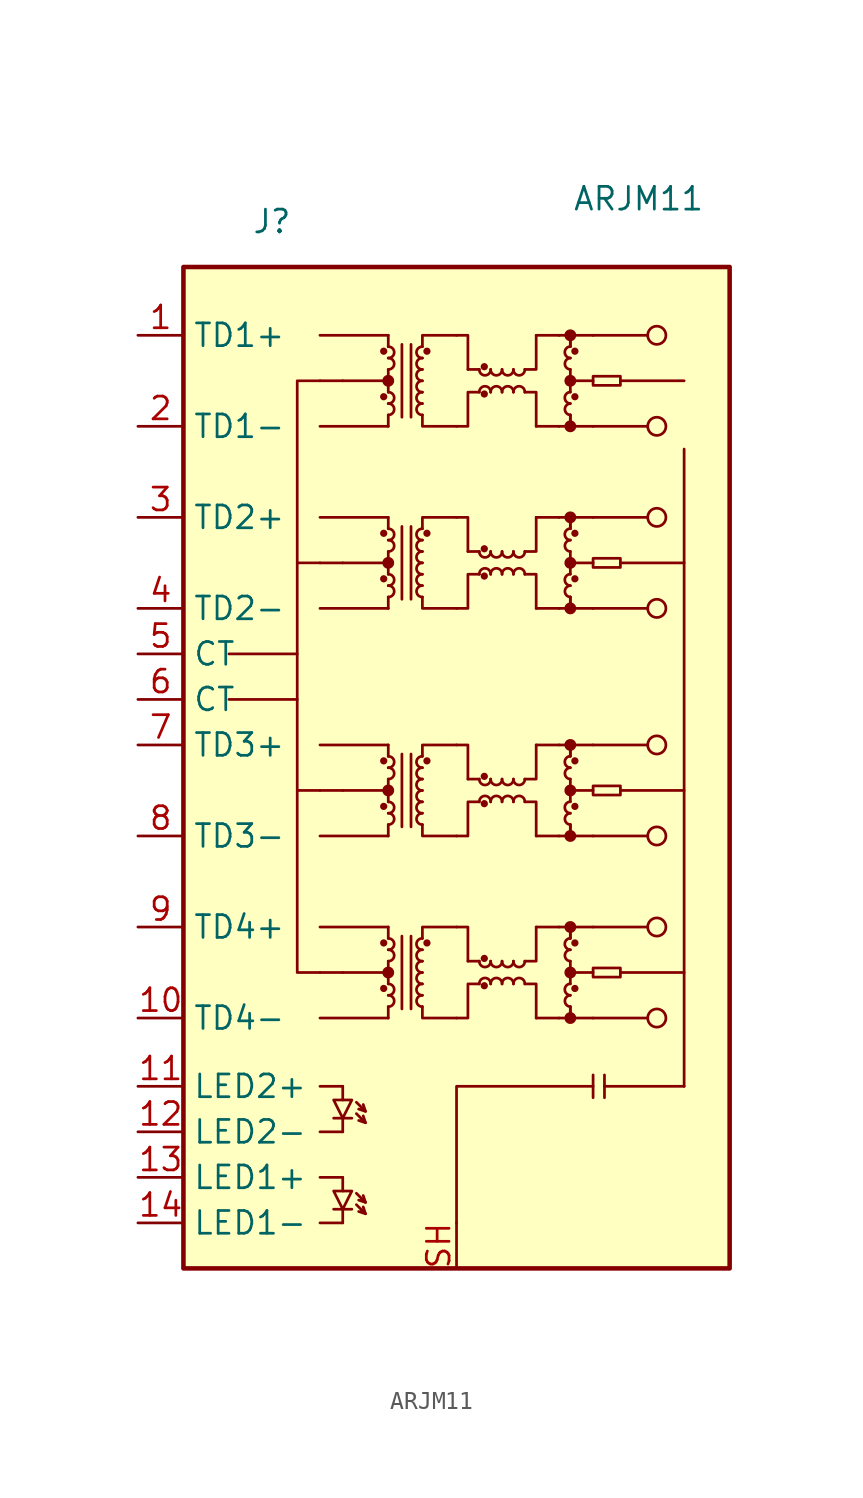
<source format=kicad_sym>
(kicad_symbol_lib
  (version 20201005)
  (generator kicad_symbol_editor)
  (symbol "Connector:ARJM11"
    (property "Reference" "J"
      (at -11.43 27.94 0)
      (effects (font (size 1.27 1.27)) (justify left)))
    (property "Value" "ARJM11"
      (at 10.16 29.21 0)
      (effects (font (size 1.27 1.27))))
    (symbol "ARJM11_0_1"
      (arc (start -3.81 -15.875) (end -3.81 -15.24) (radius (at -3.81 -15.5702) (length 0.3048) (angles -89.9 89.9)) (stroke (width 0)) (fill (type none)))
      (arc (start -3.81 -15.24) (end -3.81 -14.605) (radius (at -3.81 -14.9352) (length 0.3048) (angles -89.9 89.9)) (stroke (width 0)) (fill (type none)))
      (arc (start -3.81 -13.335) (end -3.81 -12.7) (radius (at -3.81 -13.0302) (length 0.3048) (angles -89.9 89.9)) (stroke (width 0)) (fill (type none)))
      (arc (start -3.81 -12.7) (end -3.81 -12.065) (radius (at -3.81 -12.3952) (length 0.3048) (angles -89.9 89.9)) (stroke (width 0)) (fill (type none)))
      (arc (start -3.81 -5.715) (end -3.81 -5.08) (radius (at -3.81 -5.4102) (length 0.3048) (angles -89.9 89.9)) (stroke (width 0)) (fill (type none)))
      (arc (start -3.81 -5.08) (end -3.81 -4.445) (radius (at -3.81 -4.7752) (length 0.3048) (angles -89.9 89.9)) (stroke (width 0)) (fill (type none)))
      (arc (start -3.81 -3.175) (end -3.81 -2.54) (radius (at -3.81 -2.8702) (length 0.3048) (angles -89.9 89.9)) (stroke (width 0)) (fill (type none)))
      (arc (start -3.81 -2.54) (end -3.81 -1.905) (radius (at -3.81 -2.2352) (length 0.3048) (angles -89.9 89.9)) (stroke (width 0)) (fill (type none)))
      (arc (start -3.81 6.985) (end -3.81 7.62) (radius (at -3.81 7.2898) (length 0.3048) (angles -89.9 89.9)) (stroke (width 0)) (fill (type none)))
      (arc (start -3.81 7.62) (end -3.81 8.255) (radius (at -3.81 7.9248) (length 0.3048) (angles -89.9 89.9)) (stroke (width 0)) (fill (type none)))
      (arc (start -3.81 9.525) (end -3.81 10.16) (radius (at -3.81 9.8298) (length 0.3048) (angles -89.9 89.9)) (stroke (width 0)) (fill (type none)))
      (arc (start -3.81 10.16) (end -3.81 10.795) (radius (at -3.81 10.4648) (length 0.3048) (angles -89.9 89.9)) (stroke (width 0)) (fill (type none)))
      (arc (start -3.81 17.145) (end -3.81 17.78) (radius (at -3.81 17.4498) (length 0.3048) (angles -89.9 89.9)) (stroke (width 0)) (fill (type none)))
      (arc (start -3.81 17.78) (end -3.81 18.415) (radius (at -3.81 18.0848) (length 0.3048) (angles -89.9 89.9)) (stroke (width 0)) (fill (type none)))
      (arc (start -3.81 19.685) (end -3.81 20.32) (radius (at -3.81 19.9898) (length 0.3048) (angles -89.9 89.9)) (stroke (width 0)) (fill (type none)))
      (arc (start -3.81 20.32) (end -3.81 20.955) (radius (at -3.81 20.6248) (length 0.3048) (angles -89.9 89.9)) (stroke (width 0)) (fill (type none)))
      (arc (start -1.905 -15.24) (end -1.905 -15.875) (radius (at -1.905 -15.5448) (length 0.3048) (angles 90.1 -90.1)) (stroke (width 0)) (fill (type none)))
      (arc (start -1.905 -14.605) (end -1.905 -15.24) (radius (at -1.905 -14.9098) (length 0.3048) (angles 90.1 -90.1)) (stroke (width 0)) (fill (type none)))
      (arc (start -1.905 -13.97) (end -1.905 -14.605) (radius (at -1.905 -14.2748) (length 0.3048) (angles 90.1 -90.1)) (stroke (width 0)) (fill (type none)))
      (arc (start -1.905 -13.335) (end -1.905 -13.97) (radius (at -1.905 -13.6398) (length 0.3048) (angles 90.1 -90.1)) (stroke (width 0)) (fill (type none)))
      (arc (start -1.905 -12.7) (end -1.905 -13.335) (radius (at -1.905 -13.0048) (length 0.3048) (angles 90.1 -90.1)) (stroke (width 0)) (fill (type none)))
      (arc (start -1.905 -12.065) (end -1.905 -12.7) (radius (at -1.905 -12.3698) (length 0.3048) (angles 90.1 -90.1)) (stroke (width 0)) (fill (type none)))
      (arc (start -1.905 -5.08) (end -1.905 -5.715) (radius (at -1.905 -5.3848) (length 0.3048) (angles 90.1 -90.1)) (stroke (width 0)) (fill (type none)))
      (arc (start -1.905 -4.445) (end -1.905 -5.08) (radius (at -1.905 -4.7498) (length 0.3048) (angles 90.1 -90.1)) (stroke (width 0)) (fill (type none)))
      (arc (start -1.905 -3.81) (end -1.905 -4.445) (radius (at -1.905 -4.1148) (length 0.3048) (angles 90.1 -90.1)) (stroke (width 0)) (fill (type none)))
      (arc (start -1.905 -3.175) (end -1.905 -3.81) (radius (at -1.905 -3.4798) (length 0.3048) (angles 90.1 -90.1)) (stroke (width 0)) (fill (type none)))
      (arc (start -1.905 -2.54) (end -1.905 -3.175) (radius (at -1.905 -2.8448) (length 0.3048) (angles 90.1 -90.1)) (stroke (width 0)) (fill (type none)))
      (arc (start -1.905 -1.905) (end -1.905 -2.54) (radius (at -1.905 -2.2098) (length 0.3048) (angles 90.1 -90.1)) (stroke (width 0)) (fill (type none)))
      (arc (start -1.905 7.62) (end -1.905 6.985) (radius (at -1.905 7.3152) (length 0.3048) (angles 90.1 -90.1)) (stroke (width 0)) (fill (type none)))
      (arc (start -1.905 8.255) (end -1.905 7.62) (radius (at -1.905 7.9502) (length 0.3048) (angles 90.1 -90.1)) (stroke (width 0)) (fill (type none)))
      (arc (start -1.905 8.89) (end -1.905 8.255) (radius (at -1.905 8.5852) (length 0.3048) (angles 90.1 -90.1)) (stroke (width 0)) (fill (type none)))
      (arc (start -1.905 9.525) (end -1.905 8.89) (radius (at -1.905 9.2202) (length 0.3048) (angles 90.1 -90.1)) (stroke (width 0)) (fill (type none)))
      (arc (start -1.905 10.16) (end -1.905 9.525) (radius (at -1.905 9.8552) (length 0.3048) (angles 90.1 -90.1)) (stroke (width 0)) (fill (type none)))
      (arc (start -1.905 10.795) (end -1.905 10.16) (radius (at -1.905 10.4902) (length 0.3048) (angles 90.1 -90.1)) (stroke (width 0)) (fill (type none)))
      (arc (start -1.905 17.78) (end -1.905 17.145) (radius (at -1.905 17.4752) (length 0.3048) (angles 90.1 -90.1)) (stroke (width 0)) (fill (type none)))
      (arc (start -1.905 18.415) (end -1.905 17.78) (radius (at -1.905 18.1102) (length 0.3048) (angles 90.1 -90.1)) (stroke (width 0)) (fill (type none)))
      (arc (start -1.905 19.05) (end -1.905 18.415) (radius (at -1.905 18.7452) (length 0.3048) (angles 90.1 -90.1)) (stroke (width 0)) (fill (type none)))
      (arc (start -1.905 19.685) (end -1.905 19.05) (radius (at -1.905 19.3802) (length 0.3048) (angles 90.1 -90.1)) (stroke (width 0)) (fill (type none)))
      (arc (start -1.905 20.32) (end -1.905 19.685) (radius (at -1.905 20.0152) (length 0.3048) (angles 90.1 -90.1)) (stroke (width 0)) (fill (type none)))
      (arc (start -1.905 20.955) (end -1.905 20.32) (radius (at -1.905 20.6502) (length 0.3048) (angles 90.1 -90.1)) (stroke (width 0)) (fill (type none)))
      (arc (start 1.27 -13.335) (end 1.905 -13.335) (radius (at 1.5748 -13.335) (length 0.3048) (angles -179.9 -0.1)) (stroke (width 0)) (fill (type none)))
      (arc (start 1.27 -3.175) (end 1.905 -3.175) (radius (at 1.5748 -3.175) (length 0.3048) (angles -179.9 -0.1)) (stroke (width 0)) (fill (type none)))
      (arc (start 1.27 9.525) (end 1.905 9.525) (radius (at 1.5748 9.525) (length 0.3048) (angles -179.9 -0.1)) (stroke (width 0)) (fill (type none)))
      (arc (start 1.27 19.685) (end 1.905 19.685) (radius (at 1.5748 19.685) (length 0.3048) (angles -179.9 -0.1)) (stroke (width 0)) (fill (type none)))
      (arc (start 1.905 -14.605) (end 1.27 -14.605) (radius (at 1.6002 -14.605) (length 0.3048) (angles 0.1 179.9)) (stroke (width 0)) (fill (type none)))
      (arc (start 1.905 -4.445) (end 1.27 -4.445) (radius (at 1.6002 -4.445) (length 0.3048) (angles 0.1 179.9)) (stroke (width 0)) (fill (type none)))
      (arc (start 1.905 8.255) (end 1.27 8.255) (radius (at 1.6002 8.255) (length 0.3048) (angles 0.1 179.9)) (stroke (width 0)) (fill (type none)))
      (arc (start 1.905 18.415) (end 1.27 18.415) (radius (at 1.6002 18.415) (length 0.3048) (angles 0.1 179.9)) (stroke (width 0)) (fill (type none)))
      (arc (start 1.905 -13.335) (end 2.54 -13.335) (radius (at 2.2098 -13.335) (length 0.3048) (angles -179.9 -0.1)) (stroke (width 0)) (fill (type none)))
      (arc (start 1.905 -3.175) (end 2.54 -3.175) (radius (at 2.2098 -3.175) (length 0.3048) (angles -179.9 -0.1)) (stroke (width 0)) (fill (type none)))
      (arc (start 1.905 9.525) (end 2.54 9.525) (radius (at 2.2098 9.525) (length 0.3048) (angles -179.9 -0.1)) (stroke (width 0)) (fill (type none)))
      (arc (start 1.905 19.685) (end 2.54 19.685) (radius (at 2.2098 19.685) (length 0.3048) (angles -179.9 -0.1)) (stroke (width 0)) (fill (type none)))
      (arc (start 2.54 -14.605) (end 1.905 -14.605) (radius (at 2.2352 -14.605) (length 0.3048) (angles 0.1 179.9)) (stroke (width 0)) (fill (type none)))
      (arc (start 2.54 -4.445) (end 1.905 -4.445) (radius (at 2.2352 -4.445) (length 0.3048) (angles 0.1 179.9)) (stroke (width 0)) (fill (type none)))
      (arc (start 2.54 8.255) (end 1.905 8.255) (radius (at 2.2352 8.255) (length 0.3048) (angles 0.1 179.9)) (stroke (width 0)) (fill (type none)))
      (arc (start 2.54 18.415) (end 1.905 18.415) (radius (at 2.2352 18.415) (length 0.3048) (angles 0.1 179.9)) (stroke (width 0)) (fill (type none)))
      (arc (start 2.54 -13.335) (end 3.175 -13.335) (radius (at 2.8448 -13.335) (length 0.3048) (angles -179.9 -0.1)) (stroke (width 0)) (fill (type none)))
      (arc (start 2.54 -3.175) (end 3.175 -3.175) (radius (at 2.8448 -3.175) (length 0.3048) (angles -179.9 -0.1)) (stroke (width 0)) (fill (type none)))
      (arc (start 2.54 9.525) (end 3.175 9.525) (radius (at 2.8448 9.525) (length 0.3048) (angles -179.9 -0.1)) (stroke (width 0)) (fill (type none)))
      (arc (start 2.54 19.685) (end 3.175 19.685) (radius (at 2.8448 19.685) (length 0.3048) (angles -179.9 -0.1)) (stroke (width 0)) (fill (type none)))
      (arc (start 3.175 -14.605) (end 2.54 -14.605) (radius (at 2.8702 -14.605) (length 0.3048) (angles 0.1 179.9)) (stroke (width 0)) (fill (type none)))
      (arc (start 3.175 -4.445) (end 2.54 -4.445) (radius (at 2.8702 -4.445) (length 0.3048) (angles 0.1 179.9)) (stroke (width 0)) (fill (type none)))
      (arc (start 3.175 8.255) (end 2.54 8.255) (radius (at 2.8702 8.255) (length 0.3048) (angles 0.1 179.9)) (stroke (width 0)) (fill (type none)))
      (arc (start 3.175 18.415) (end 2.54 18.415) (radius (at 2.8702 18.415) (length 0.3048) (angles 0.1 179.9)) (stroke (width 0)) (fill (type none)))
      (arc (start 3.175 -13.335) (end 3.81 -13.335) (radius (at 3.4798 -13.335) (length 0.3048) (angles -179.9 -0.1)) (stroke (width 0)) (fill (type none)))
      (arc (start 3.175 -3.175) (end 3.81 -3.175) (radius (at 3.4798 -3.175) (length 0.3048) (angles -179.9 -0.1)) (stroke (width 0)) (fill (type none)))
      (arc (start 3.175 9.525) (end 3.81 9.525) (radius (at 3.4798 9.525) (length 0.3048) (angles -179.9 -0.1)) (stroke (width 0)) (fill (type none)))
      (arc (start 3.175 19.685) (end 3.81 19.685) (radius (at 3.4798 19.685) (length 0.3048) (angles -179.9 -0.1)) (stroke (width 0)) (fill (type none)))
      (arc (start 3.81 -14.605) (end 3.175 -14.605) (radius (at 3.5052 -14.605) (length 0.3048) (angles 0.1 179.9)) (stroke (width 0)) (fill (type none)))
      (arc (start 3.81 -4.445) (end 3.175 -4.445) (radius (at 3.5052 -4.445) (length 0.3048) (angles 0.1 179.9)) (stroke (width 0)) (fill (type none)))
      (arc (start 3.81 8.255) (end 3.175 8.255) (radius (at 3.5052 8.255) (length 0.3048) (angles 0.1 179.9)) (stroke (width 0)) (fill (type none)))
      (arc (start 3.81 18.415) (end 3.175 18.415) (radius (at 3.5052 18.415) (length 0.3048) (angles 0.1 179.9)) (stroke (width 0)) (fill (type none)))
      (arc (start 6.35 -15.24) (end 6.35 -15.875) (radius (at 6.35 -15.5702) (length 0.3048) (angles 90.1 -90.1)) (stroke (width 0)) (fill (type none)))
      (arc (start 6.35 -14.605) (end 6.35 -15.24) (radius (at 6.35 -14.9352) (length 0.3048) (angles 90.1 -90.1)) (stroke (width 0)) (fill (type none)))
      (arc (start 6.35 -12.7) (end 6.35 -13.335) (radius (at 6.35 -13.0302) (length 0.3048) (angles 90.1 -90.1)) (stroke (width 0)) (fill (type none)))
      (arc (start 6.35 -12.065) (end 6.35 -12.7) (radius (at 6.35 -12.3952) (length 0.3048) (angles 90.1 -90.1)) (stroke (width 0)) (fill (type none)))
      (arc (start 6.35 -5.08) (end 6.35 -5.715) (radius (at 6.35 -5.4102) (length 0.3048) (angles 90.1 -90.1)) (stroke (width 0)) (fill (type none)))
      (arc (start 6.35 -4.445) (end 6.35 -5.08) (radius (at 6.35 -4.7752) (length 0.3048) (angles 90.1 -90.1)) (stroke (width 0)) (fill (type none)))
      (arc (start 6.35 -2.54) (end 6.35 -3.175) (radius (at 6.35 -2.8702) (length 0.3048) (angles 90.1 -90.1)) (stroke (width 0)) (fill (type none)))
      (arc (start 6.35 -1.905) (end 6.35 -2.54) (radius (at 6.35 -2.2352) (length 0.3048) (angles 90.1 -90.1)) (stroke (width 0)) (fill (type none)))
      (arc (start 6.35 7.62) (end 6.35 6.985) (radius (at 6.35 7.2898) (length 0.3048) (angles 90.1 -90.1)) (stroke (width 0)) (fill (type none)))
      (arc (start 6.35 8.255) (end 6.35 7.62) (radius (at 6.35 7.9248) (length 0.3048) (angles 90.1 -90.1)) (stroke (width 0)) (fill (type none)))
      (arc (start 6.35 10.16) (end 6.35 9.525) (radius (at 6.35 9.8298) (length 0.3048) (angles 90.1 -90.1)) (stroke (width 0)) (fill (type none)))
      (arc (start 6.35 10.795) (end 6.35 10.16) (radius (at 6.35 10.4648) (length 0.3048) (angles 90.1 -90.1)) (stroke (width 0)) (fill (type none)))
      (arc (start 6.35 17.78) (end 6.35 17.145) (radius (at 6.35 17.4498) (length 0.3048) (angles 90.1 -90.1)) (stroke (width 0)) (fill (type none)))
      (arc (start 6.35 18.415) (end 6.35 17.78) (radius (at 6.35 18.0848) (length 0.3048) (angles 90.1 -90.1)) (stroke (width 0)) (fill (type none)))
      (arc (start 6.35 20.32) (end 6.35 19.685) (radius (at 6.35 19.9898) (length 0.3048) (angles 90.1 -90.1)) (stroke (width 0)) (fill (type none)))
      (arc (start 6.35 20.955) (end 6.35 20.32) (radius (at 6.35 20.6248) (length 0.3048) (angles 90.1 -90.1)) (stroke (width 0)) (fill (type none)))
      (circle (center 11.176 -16.51) (radius 0.508) (stroke (width 0)) (fill (type none)))
      (circle (center 11.176 -11.43) (radius 0.508) (stroke (width 0)) (fill (type none)))
      (circle (center 11.176 -6.35) (radius 0.508) (stroke (width 0)) (fill (type none)))
      (circle (center 11.176 -1.27) (radius 0.508) (stroke (width 0)) (fill (type none)))
      (circle (center 11.176 6.35) (radius 0.508) (stroke (width 0)) (fill (type none)))
      (circle (center 11.176 11.43) (radius 0.508) (stroke (width 0)) (fill (type none)))
      (circle (center 11.176 16.51) (radius 0.508) (stroke (width 0)) (fill (type none)))
      (circle (center 11.176 21.59) (radius 0.508) (stroke (width 0)) (fill (type none)))
      (circle (center -4.064 -14.859) (radius 0.127) (stroke (width 0)) (fill (type outline)))
      (circle (center -4.064 -12.319) (radius 0.127) (stroke (width 0)) (fill (type outline)))
      (circle (center -4.064 -4.699) (radius 0.127) (stroke (width 0)) (fill (type outline)))
      (circle (center -4.064 -2.159) (radius 0.127) (stroke (width 0)) (fill (type outline)))
      (circle (center -4.064 8.001) (radius 0.127) (stroke (width 0)) (fill (type outline)))
      (circle (center -4.064 10.541) (radius 0.127) (stroke (width 0)) (fill (type outline)))
      (circle (center -4.064 18.161) (radius 0.127) (stroke (width 0)) (fill (type outline)))
      (circle (center -4.064 20.701) (radius 0.127) (stroke (width 0)) (fill (type outline)))
      (circle (center -3.81 -13.97) (radius 0.254) (stroke (width 0)) (fill (type outline)))
      (circle (center -3.81 -3.81) (radius 0.254) (stroke (width 0)) (fill (type outline)))
      (circle (center -3.81 8.89) (radius 0.254) (stroke (width 0)) (fill (type outline)))
      (circle (center -3.81 19.05) (radius 0.254) (stroke (width 0)) (fill (type outline)))
      (circle (center -1.651 -12.319) (radius 0.127) (stroke (width 0)) (fill (type outline)))
      (circle (center -1.651 -2.159) (radius 0.127) (stroke (width 0)) (fill (type outline)))
      (circle (center -1.651 10.541) (radius 0.127) (stroke (width 0)) (fill (type outline)))
      (circle (center -1.651 20.701) (radius 0.127) (stroke (width 0)) (fill (type outline)))
      (circle (center 1.549 -14.707) (radius 0.127) (stroke (width 0)) (fill (type outline)))
      (circle (center 1.549 -13.183) (radius 0.127) (stroke (width 0)) (fill (type outline)))
      (circle (center 1.549 -4.547) (radius 0.127) (stroke (width 0)) (fill (type outline)))
      (circle (center 1.549 -3.023) (radius 0.127) (stroke (width 0)) (fill (type outline)))
      (circle (center 1.549 8.153) (radius 0.127) (stroke (width 0)) (fill (type outline)))
      (circle (center 1.549 9.677) (radius 0.127) (stroke (width 0)) (fill (type outline)))
      (circle (center 1.549 18.313) (radius 0.127) (stroke (width 0)) (fill (type outline)))
      (circle (center 1.549 19.837) (radius 0.127) (stroke (width 0)) (fill (type outline)))
      (circle (center 6.35 -16.51) (radius 0.254) (stroke (width 0)) (fill (type outline)))
      (circle (center 6.35 -13.97) (radius 0.254) (stroke (width 0)) (fill (type outline)))
      (circle (center 6.35 -11.43) (radius 0.254) (stroke (width 0)) (fill (type outline)))
      (circle (center 6.35 -6.35) (radius 0.254) (stroke (width 0)) (fill (type outline)))
      (circle (center 6.35 -3.81) (radius 0.254) (stroke (width 0)) (fill (type outline)))
      (circle (center 6.35 -1.27) (radius 0.254) (stroke (width 0)) (fill (type outline)))
      (circle (center 6.35 6.35) (radius 0.254) (stroke (width 0)) (fill (type outline)))
      (circle (center 6.35 8.89) (radius 0.254) (stroke (width 0)) (fill (type outline)))
      (circle (center 6.35 11.43) (radius 0.254) (stroke (width 0)) (fill (type outline)))
      (circle (center 6.35 16.51) (radius 0.254) (stroke (width 0)) (fill (type outline)))
      (circle (center 6.35 19.05) (radius 0.254) (stroke (width 0)) (fill (type outline)))
      (circle (center 6.35 21.59) (radius 0.254) (stroke (width 0)) (fill (type outline)))
      (circle (center 6.604 -14.859) (radius 0.127) (stroke (width 0)) (fill (type outline)))
      (circle (center 6.604 -12.319) (radius 0.127) (stroke (width 0)) (fill (type outline)))
      (circle (center 6.604 -4.699) (radius 0.127) (stroke (width 0)) (fill (type outline)))
      (circle (center 6.604 -2.159) (radius 0.127) (stroke (width 0)) (fill (type outline)))
      (circle (center 6.604 8.001) (radius 0.127) (stroke (width 0)) (fill (type outline)))
      (circle (center 6.604 10.541) (radius 0.127) (stroke (width 0)) (fill (type outline)))
      (circle (center 6.604 18.161) (radius 0.127) (stroke (width 0)) (fill (type outline)))
      (circle (center 6.604 20.701) (radius 0.127) (stroke (width 0)) (fill (type outline)))
      (rectangle (start 7.62 -13.716) (end 9.144 -14.224) (stroke (width 0)) (fill (type none)))
      (rectangle (start 7.62 -3.556) (end 9.144 -4.064) (stroke (width 0)) (fill (type none)))
      (rectangle (start 7.62 9.144) (end 9.144 8.636) (stroke (width 0)) (fill (type none)))
      (rectangle (start 7.62 19.304) (end 9.144 18.796) (stroke (width 0)) (fill (type none)))
      (rectangle (start -15.24 25.4) (end 15.24 -30.48) (stroke (width 0.254)) (fill (type background)))
      (polyline (pts (xy -8.89 1.27) (xy -12.7 1.27)) (stroke (width 0.152)) (fill (type none)))
      (polyline (pts (xy -8.89 3.81) (xy -12.7 3.81)) (stroke (width 0.152)) (fill (type none)))
      (polyline (pts (xy -7.62 -16.51) (xy -3.81 -16.51)) (stroke (width 0)) (fill (type none)))
      (polyline (pts (xy -7.62 -13.97) (xy -6.35 -13.97)) (stroke (width 0)) (fill (type none)))
      (polyline (pts (xy -7.62 -11.43) (xy -3.81 -11.43)) (stroke (width 0)) (fill (type none)))
      (polyline (pts (xy -7.62 -6.35) (xy -3.81 -6.35)) (stroke (width 0)) (fill (type none)))
      (polyline (pts (xy -7.62 -3.81) (xy -6.35 -3.81)) (stroke (width 0)) (fill (type none)))
      (polyline (pts (xy -7.62 -1.27) (xy -3.81 -1.27)) (stroke (width 0)) (fill (type none)))
      (polyline (pts (xy -7.62 6.35) (xy -3.81 6.35)) (stroke (width 0)) (fill (type none)))
      (polyline (pts (xy -7.62 8.89) (xy -6.35 8.89)) (stroke (width 0)) (fill (type none)))
      (polyline (pts (xy -7.62 11.43) (xy -3.81 11.43)) (stroke (width 0)) (fill (type none)))
      (polyline (pts (xy -7.62 16.51) (xy -3.81 16.51)) (stroke (width 0)) (fill (type none)))
      (polyline (pts (xy -7.62 19.05) (xy -6.35 19.05)) (stroke (width 0)) (fill (type none)))
      (polyline (pts (xy -7.62 21.59) (xy -3.81 21.59)) (stroke (width 0)) (fill (type none)))
      (polyline (pts (xy -6.35 -13.97) (xy -3.81 -13.97)) (stroke (width 0)) (fill (type none)))
      (polyline (pts (xy -6.35 -3.81) (xy -3.81 -3.81)) (stroke (width 0)) (fill (type none)))
      (polyline (pts (xy -6.35 8.89) (xy -3.81 8.89)) (stroke (width 0)) (fill (type none)))
      (polyline (pts (xy -6.35 19.05) (xy -3.81 19.05)) (stroke (width 0)) (fill (type none)))
      (polyline (pts (xy -3.81 -16.51) (xy -3.81 -15.875)) (stroke (width 0)) (fill (type none)))
      (polyline (pts (xy -3.81 -13.97) (xy -3.81 -14.605)) (stroke (width 0)) (fill (type none)))
      (polyline (pts (xy -3.81 -13.97) (xy -3.81 -13.335)) (stroke (width 0)) (fill (type none)))
      (polyline (pts (xy -3.81 -11.43) (xy -3.81 -12.065)) (stroke (width 0)) (fill (type none)))
      (polyline (pts (xy -3.81 -6.35) (xy -3.81 -5.715)) (stroke (width 0)) (fill (type none)))
      (polyline (pts (xy -3.81 -3.81) (xy -3.81 -4.445)) (stroke (width 0)) (fill (type none)))
      (polyline (pts (xy -3.81 -3.81) (xy -3.81 -3.175)) (stroke (width 0)) (fill (type none)))
      (polyline (pts (xy -3.81 -1.27) (xy -3.81 -1.905)) (stroke (width 0)) (fill (type none)))
      (polyline (pts (xy -3.81 6.35) (xy -3.81 6.985)) (stroke (width 0)) (fill (type none)))
      (polyline (pts (xy -3.81 8.89) (xy -3.81 8.255)) (stroke (width 0)) (fill (type none)))
      (polyline (pts (xy -3.81 8.89) (xy -3.81 9.525)) (stroke (width 0)) (fill (type none)))
      (polyline (pts (xy -3.81 11.43) (xy -3.81 10.795)) (stroke (width 0)) (fill (type none)))
      (polyline (pts (xy -3.81 16.51) (xy -3.81 17.145)) (stroke (width 0)) (fill (type none)))
      (polyline (pts (xy -3.81 19.05) (xy -3.81 18.415)) (stroke (width 0)) (fill (type none)))
      (polyline (pts (xy -3.81 19.05) (xy -3.81 19.685)) (stroke (width 0)) (fill (type none)))
      (polyline (pts (xy -3.81 21.59) (xy -3.81 20.955)) (stroke (width 0)) (fill (type none)))
      (polyline (pts (xy -3.048 -16.002) (xy -3.048 -11.938)) (stroke (width 0)) (fill (type none)))
      (polyline (pts (xy -3.048 -5.842) (xy -3.048 -1.778)) (stroke (width 0)) (fill (type none)))
      (polyline (pts (xy -3.048 6.858) (xy -3.048 10.922)) (stroke (width 0)) (fill (type none)))
      (polyline (pts (xy -3.048 17.018) (xy -3.048 21.082)) (stroke (width 0)) (fill (type none)))
      (polyline (pts (xy -2.54 -16.002) (xy -2.54 -11.938)) (stroke (width 0)) (fill (type none)))
      (polyline (pts (xy -2.54 -5.842) (xy -2.54 -1.778)) (stroke (width 0)) (fill (type none)))
      (polyline (pts (xy -2.54 6.858) (xy -2.54 10.922)) (stroke (width 0)) (fill (type none)))
      (polyline (pts (xy -2.54 17.018) (xy -2.54 21.082)) (stroke (width 0)) (fill (type none)))
      (polyline (pts (xy 0.635 -13.335) (xy 1.27 -13.335)) (stroke (width 0)) (fill (type none)))
      (polyline (pts (xy 0.635 -3.175) (xy 1.27 -3.175)) (stroke (width 0)) (fill (type none)))
      (polyline (pts (xy 0.635 9.525) (xy 1.27 9.525)) (stroke (width 0)) (fill (type none)))
      (polyline (pts (xy 0.635 19.685) (xy 1.27 19.685)) (stroke (width 0)) (fill (type none)))
      (polyline (pts (xy 4.445 -16.51) (xy 5.715 -16.51)) (stroke (width 0)) (fill (type none)))
      (polyline (pts (xy 4.445 -11.43) (xy 5.715 -11.43)) (stroke (width 0)) (fill (type none)))
      (polyline (pts (xy 4.445 -6.35) (xy 5.715 -6.35)) (stroke (width 0)) (fill (type none)))
      (polyline (pts (xy 4.445 -1.27) (xy 5.715 -1.27)) (stroke (width 0)) (fill (type none)))
      (polyline (pts (xy 4.445 6.35) (xy 5.715 6.35)) (stroke (width 0)) (fill (type none)))
      (polyline (pts (xy 4.445 11.43) (xy 5.715 11.43)) (stroke (width 0)) (fill (type none)))
      (polyline (pts (xy 4.445 16.51) (xy 5.715 16.51)) (stroke (width 0)) (fill (type none)))
      (polyline (pts (xy 4.445 21.59) (xy 5.715 21.59)) (stroke (width 0)) (fill (type none)))
      (polyline (pts (xy 6.35 -16.51) (xy 6.35 -15.875)) (stroke (width 0)) (fill (type none)))
      (polyline (pts (xy 6.35 -13.97) (xy 6.35 -14.605)) (stroke (width 0)) (fill (type none)))
      (polyline (pts (xy 6.35 -13.97) (xy 6.35 -13.335)) (stroke (width 0)) (fill (type none)))
      (polyline (pts (xy 6.35 -11.43) (xy 6.35 -12.065)) (stroke (width 0)) (fill (type none)))
      (polyline (pts (xy 6.35 -6.35) (xy 6.35 -5.715)) (stroke (width 0)) (fill (type none)))
      (polyline (pts (xy 6.35 -3.81) (xy 6.35 -4.445)) (stroke (width 0)) (fill (type none)))
      (polyline (pts (xy 6.35 -3.81) (xy 6.35 -3.175)) (stroke (width 0)) (fill (type none)))
      (polyline (pts (xy 6.35 -1.27) (xy 6.35 -1.905)) (stroke (width 0)) (fill (type none)))
      (polyline (pts (xy 6.35 6.35) (xy 6.35 6.985)) (stroke (width 0)) (fill (type none)))
      (polyline (pts (xy 6.35 8.89) (xy 6.35 8.255)) (stroke (width 0)) (fill (type none)))
      (polyline (pts (xy 6.35 8.89) (xy 6.35 9.525)) (stroke (width 0)) (fill (type none)))
      (polyline (pts (xy 6.35 11.43) (xy 6.35 10.795)) (stroke (width 0)) (fill (type none)))
      (polyline (pts (xy 6.35 16.51) (xy 6.35 17.145)) (stroke (width 0)) (fill (type none)))
      (polyline (pts (xy 6.35 19.05) (xy 6.35 18.415)) (stroke (width 0)) (fill (type none)))
      (polyline (pts (xy 6.35 19.05) (xy 6.35 19.685)) (stroke (width 0)) (fill (type none)))
      (polyline (pts (xy 6.35 21.59) (xy 6.35 20.955)) (stroke (width 0)) (fill (type none)))
      (polyline (pts (xy 7.62 -20.955) (xy 7.62 -19.685)) (stroke (width 0)) (fill (type none)))
      (polyline (pts (xy 7.62 -16.51) (xy 6.35 -16.51)) (stroke (width 0)) (fill (type none)))
      (polyline (pts (xy 7.62 -16.51) (xy 10.668 -16.51)) (stroke (width 0)) (fill (type none)))
      (polyline (pts (xy 7.62 -13.97) (xy 6.35 -13.97)) (stroke (width 0)) (fill (type none)))
      (polyline (pts (xy 7.62 -11.43) (xy 6.35 -11.43)) (stroke (width 0)) (fill (type none)))
      (polyline (pts (xy 7.62 -11.43) (xy 10.668 -11.43)) (stroke (width 0)) (fill (type none)))
      (polyline (pts (xy 7.62 -6.35) (xy 6.35 -6.35)) (stroke (width 0)) (fill (type none)))
      (polyline (pts (xy 7.62 -6.35) (xy 10.668 -6.35)) (stroke (width 0)) (fill (type none)))
      (polyline (pts (xy 7.62 -3.81) (xy 6.35 -3.81)) (stroke (width 0)) (fill (type none)))
      (polyline (pts (xy 7.62 -1.27) (xy 6.35 -1.27)) (stroke (width 0)) (fill (type none)))
      (polyline (pts (xy 7.62 -1.27) (xy 10.668 -1.27)) (stroke (width 0)) (fill (type none)))
      (polyline (pts (xy 7.62 6.35) (xy 6.35 6.35)) (stroke (width 0)) (fill (type none)))
      (polyline (pts (xy 7.62 6.35) (xy 10.668 6.35)) (stroke (width 0)) (fill (type none)))
      (polyline (pts (xy 7.62 8.89) (xy 6.35 8.89)) (stroke (width 0)) (fill (type none)))
      (polyline (pts (xy 7.62 11.43) (xy 6.35 11.43)) (stroke (width 0)) (fill (type none)))
      (polyline (pts (xy 7.62 11.43) (xy 10.668 11.43)) (stroke (width 0)) (fill (type none)))
      (polyline (pts (xy 7.62 16.51) (xy 6.35 16.51)) (stroke (width 0)) (fill (type none)))
      (polyline (pts (xy 7.62 16.51) (xy 10.668 16.51)) (stroke (width 0)) (fill (type none)))
      (polyline (pts (xy 7.62 19.05) (xy 6.35 19.05)) (stroke (width 0)) (fill (type none)))
      (polyline (pts (xy 7.62 21.59) (xy 6.35 21.59)) (stroke (width 0)) (fill (type none)))
      (polyline (pts (xy 7.62 21.59) (xy 10.668 21.59)) (stroke (width 0)) (fill (type none)))
      (polyline (pts (xy 8.255 -20.32) (xy 8.255 -20.955)) (stroke (width 0)) (fill (type none)))
      (polyline (pts (xy 8.255 -20.32) (xy 8.255 -19.685)) (stroke (width 0)) (fill (type none)))
      (polyline (pts (xy 8.255 -20.32) (xy 12.7 -20.32)) (stroke (width 0)) (fill (type none)))
      (polyline (pts (xy 9.144 -13.97) (xy 12.7 -13.97)) (stroke (width 0)) (fill (type none)))
      (polyline (pts (xy 9.144 -3.81) (xy 12.7 -3.81)) (stroke (width 0)) (fill (type none)))
      (polyline (pts (xy 9.144 8.89) (xy 12.7 8.89)) (stroke (width 0)) (fill (type none)))
      (polyline (pts (xy 12.7 -20.32) (xy 12.7 15.24)) (stroke (width 0)) (fill (type none)))
      (polyline (pts (xy 12.7 19.05) (xy 9.144 19.05)) (stroke (width 0)) (fill (type none)))
      (polyline (pts (xy -1.905 -15.875) (xy -1.905 -16.51) (xy 0 -16.51)) (stroke (width 0)) (fill (type none)))
      (polyline (pts (xy -1.905 -12.065) (xy -1.905 -11.43) (xy 0 -11.43)) (stroke (width 0)) (fill (type none)))
      (polyline (pts (xy -1.905 -5.715) (xy -1.905 -6.35) (xy 0 -6.35)) (stroke (width 0)) (fill (type none)))
      (polyline (pts (xy -1.905 -1.905) (xy -1.905 -1.27) (xy 0 -1.27)) (stroke (width 0)) (fill (type none)))
      (polyline (pts (xy -1.905 6.985) (xy -1.905 6.35) (xy 0 6.35)) (stroke (width 0)) (fill (type none)))
      (polyline (pts (xy -1.905 10.795) (xy -1.905 11.43) (xy 0 11.43)) (stroke (width 0)) (fill (type none)))
      (polyline (pts (xy -1.905 17.145) (xy -1.905 16.51) (xy 0 16.51)) (stroke (width 0)) (fill (type none)))
      (polyline (pts (xy -1.905 20.955) (xy -1.905 21.59) (xy 0 21.59)) (stroke (width 0)) (fill (type none)))
      (polyline (pts (xy 0 -11.43) (xy 0.635 -11.43) (xy 0.635 -13.335)) (stroke (width 0)) (fill (type none)))
      (polyline (pts (xy 0 -1.27) (xy 0.635 -1.27) (xy 0.635 -3.175)) (stroke (width 0)) (fill (type none)))
      (polyline (pts (xy 0 11.43) (xy 0.635 11.43) (xy 0.635 9.525)) (stroke (width 0)) (fill (type none)))
      (polyline (pts (xy 0 21.59) (xy 0.635 21.59) (xy 0.635 19.685)) (stroke (width 0)) (fill (type none)))
      (polyline (pts (xy 3.81 -14.605) (xy 4.445 -14.605) (xy 4.445 -16.51)) (stroke (width 0)) (fill (type none)))
      (polyline (pts (xy 3.81 -13.335) (xy 4.445 -13.335) (xy 4.445 -11.43)) (stroke (width 0)) (fill (type none)))
      (polyline (pts (xy 3.81 -4.445) (xy 4.445 -4.445) (xy 4.445 -6.35)) (stroke (width 0)) (fill (type none)))
      (polyline (pts (xy 3.81 -3.175) (xy 4.445 -3.175) (xy 4.445 -1.27)) (stroke (width 0)) (fill (type none)))
      (polyline (pts (xy 3.81 8.255) (xy 4.445 8.255) (xy 4.445 6.35)) (stroke (width 0)) (fill (type none)))
      (polyline (pts (xy 3.81 9.525) (xy 4.445 9.525) (xy 4.445 11.43)) (stroke (width 0)) (fill (type none)))
      (polyline (pts (xy 3.81 18.415) (xy 4.445 18.415) (xy 4.445 16.51)) (stroke (width 0)) (fill (type none)))
      (polyline (pts (xy 3.81 19.685) (xy 4.445 19.685) (xy 4.445 21.59)) (stroke (width 0)) (fill (type none)))
      (polyline (pts (xy 5.715 -16.51) (xy 6.35 -16.51) (xy 6.35 -15.875)) (stroke (width 0)) (fill (type none)))
      (polyline (pts (xy 5.715 -11.43) (xy 6.35 -11.43) (xy 6.35 -12.065)) (stroke (width 0)) (fill (type none)))
      (polyline (pts (xy 5.715 -6.35) (xy 6.35 -6.35) (xy 6.35 -5.715)) (stroke (width 0)) (fill (type none)))
      (polyline (pts (xy 5.715 -1.27) (xy 6.35 -1.27) (xy 6.35 -1.905)) (stroke (width 0)) (fill (type none)))
      (polyline (pts (xy 5.715 6.35) (xy 6.35 6.35) (xy 6.35 6.985)) (stroke (width 0)) (fill (type none)))
      (polyline (pts (xy 5.715 11.43) (xy 6.35 11.43) (xy 6.35 10.795)) (stroke (width 0)) (fill (type none)))
      (polyline (pts (xy 5.715 16.51) (xy 6.35 16.51) (xy 6.35 17.145)) (stroke (width 0)) (fill (type none)))
      (polyline (pts (xy 5.715 21.59) (xy 6.35 21.59) (xy 6.35 20.955)) (stroke (width 0)) (fill (type none)))
      (polyline (pts (xy 7.62 -20.32) (xy 0 -20.32) (xy 0 -27.94)) (stroke (width 0)) (fill (type none)))
      (polyline (pts (xy 0 -16.51) (xy 0.635 -16.51) (xy 0.635 -14.605) (xy 1.27 -14.605)) (stroke (width 0)) (fill (type none)))
      (polyline (pts (xy 0 -6.35) (xy 0.635 -6.35) (xy 0.635 -4.445) (xy 1.27 -4.445)) (stroke (width 0)) (fill (type none)))
      (polyline (pts (xy 0 6.35) (xy 0.635 6.35) (xy 0.635 8.255) (xy 1.27 8.255)) (stroke (width 0)) (fill (type none)))
      (polyline (pts (xy 0 16.51) (xy 0.635 16.51) (xy 0.635 18.415) (xy 1.27 18.415)) (stroke (width 0)) (fill (type none)))
      (polyline (pts (xy -7.62 19.05) (xy -8.89 19.05) (xy -8.89 8.89) (xy -7.62 8.89) (xy -8.89 8.89) (xy -8.89 -3.81) (xy -7.62 -3.81) (xy -8.89 -3.81) (xy -8.89 -13.97) (xy -7.62 -13.97) (xy -8.89 -13.97)) (stroke (width 0.152)) (fill (type none))))
    (symbol "ARJM11_1_1"
      (polyline (pts (xy -7.62 -27.94) (xy -6.35 -27.94)) (stroke (width 0)) (fill (type none)))
      (polyline (pts (xy -7.62 -25.4) (xy -6.35 -25.4)) (stroke (width 0)) (fill (type none)))
      (polyline (pts (xy -7.62 -22.86) (xy -6.35 -22.86)) (stroke (width 0)) (fill (type none)))
      (polyline (pts (xy -7.62 -20.32) (xy -6.35 -20.32)) (stroke (width 0)) (fill (type none)))
      (polyline (pts (xy -6.858 -27.178) (xy -5.842 -27.178)) (stroke (width 0)) (fill (type none)))
      (polyline (pts (xy -6.858 -22.098) (xy -5.842 -22.098)) (stroke (width 0)) (fill (type none)))
      (polyline (pts (xy -6.35 -27.94) (xy -6.35 -27.178)) (stroke (width 0)) (fill (type none)))
      (polyline (pts (xy -6.35 -25.4) (xy -6.35 -26.162)) (stroke (width 0)) (fill (type none)))
      (polyline (pts (xy -6.35 -22.86) (xy -6.35 -22.098)) (stroke (width 0)) (fill (type none)))
      (polyline (pts (xy -6.35 -20.32) (xy -6.35 -21.082)) (stroke (width 0)) (fill (type none)))
      (polyline (pts (xy -5.08 -27.432) (xy -5.207 -27.051)) (stroke (width 0)) (fill (type none)))
      (polyline (pts (xy -5.08 -26.797) (xy -5.207 -26.416)) (stroke (width 0)) (fill (type none)))
      (polyline (pts (xy -5.08 -22.352) (xy -5.207 -21.971)) (stroke (width 0)) (fill (type none)))
      (polyline (pts (xy -5.08 -21.717) (xy -5.207 -21.336)) (stroke (width 0)) (fill (type none)))
      (polyline (pts (xy -5.588 -26.924) (xy -5.08 -27.432) (xy -5.461 -27.305)) (stroke (width 0)) (fill (type none)))
      (polyline (pts (xy -5.588 -26.289) (xy -5.08 -26.797) (xy -5.461 -26.67)) (stroke (width 0)) (fill (type none)))
      (polyline (pts (xy -5.588 -21.844) (xy -5.08 -22.352) (xy -5.461 -22.225)) (stroke (width 0)) (fill (type none)))
      (polyline (pts (xy -5.588 -21.209) (xy -5.08 -21.717) (xy -5.461 -21.59)) (stroke (width 0)) (fill (type none)))
      (polyline (pts (xy -6.35 -27.178) (xy -6.858 -26.162) (xy -5.842 -26.162) (xy -6.35 -27.178)) (stroke (width 0)) (fill (type none)))
      (polyline (pts (xy -6.35 -22.098) (xy -6.858 -21.082) (xy -5.842 -21.082) (xy -6.35 -22.098)) (stroke (width 0)) (fill (type none)))
      (pin passive line (at -17.78 21.59 0) (length 2.54) (name "TD1+" (effects (font (size 1.27 1.27)))) (number "1" (effects (font (size 1.27 1.27)))))
      (pin passive line (at -17.78 -16.51 0) (length 2.54) (name "TD4-" (effects (font (size 1.27 1.27)))) (number "10" (effects (font (size 1.27 1.27)))))
      (pin passive line (at -17.78 -20.32 0) (length 2.54) (name "LED2+" (effects (font (size 1.27 1.27)))) (number "11" (effects (font (size 1.27 1.27)))))
      (pin passive line (at -17.78 -22.86 0) (length 2.54) (name "LED2-" (effects (font (size 1.27 1.27)))) (number "12" (effects (font (size 1.27 1.27)))))
      (pin passive line (at -17.78 -25.4 0) (length 2.54) (name "LED1+" (effects (font (size 1.27 1.27)))) (number "13" (effects (font (size 1.27 1.27)))))
      (pin passive line (at -17.78 -27.94 0) (length 2.54) (name "LED1-" (effects (font (size 1.27 1.27)))) (number "14" (effects (font (size 1.27 1.27)))))
      (pin passive line (at -17.78 16.51 0) (length 2.54) (name "TD1-" (effects (font (size 1.27 1.27)))) (number "2" (effects (font (size 1.27 1.27)))))
      (pin passive line (at -17.78 11.43 0) (length 2.54) (name "TD2+" (effects (font (size 1.27 1.27)))) (number "3" (effects (font (size 1.27 1.27)))))
      (pin passive line (at -17.78 6.35 0) (length 2.54) (name "TD2-" (effects (font (size 1.27 1.27)))) (number "4" (effects (font (size 1.27 1.27)))))
      (pin passive line (at -17.78 3.81 0) (length 2.54) (name "CT" (effects (font (size 1.27 1.27)))) (number "5" (effects (font (size 1.27 1.27)))))
      (pin passive line (at -17.78 1.27 0) (length 2.54) (name "CT" (effects (font (size 1.27 1.27)))) (number "6" (effects (font (size 1.27 1.27)))))
      (pin passive line (at -17.78 -1.27 0) (length 2.54) (name "TD3+" (effects (font (size 1.27 1.27)))) (number "7" (effects (font (size 1.27 1.27)))))
      (pin passive line (at -17.78 -6.35 0) (length 2.54) (name "TD3-" (effects (font (size 1.27 1.27)))) (number "8" (effects (font (size 1.27 1.27)))))
      (pin passive line (at -17.78 -11.43 0) (length 2.54) (name "TD4+" (effects (font (size 1.27 1.27)))) (number "9" (effects (font (size 1.27 1.27)))))
      (pin passive line (at 0 -30.48 90) (length 2.54) (name "~" (effects (font (size 1.27 1.27)))) (number "SH" (effects (font (size 1.27 1.27))))))))
</source>
